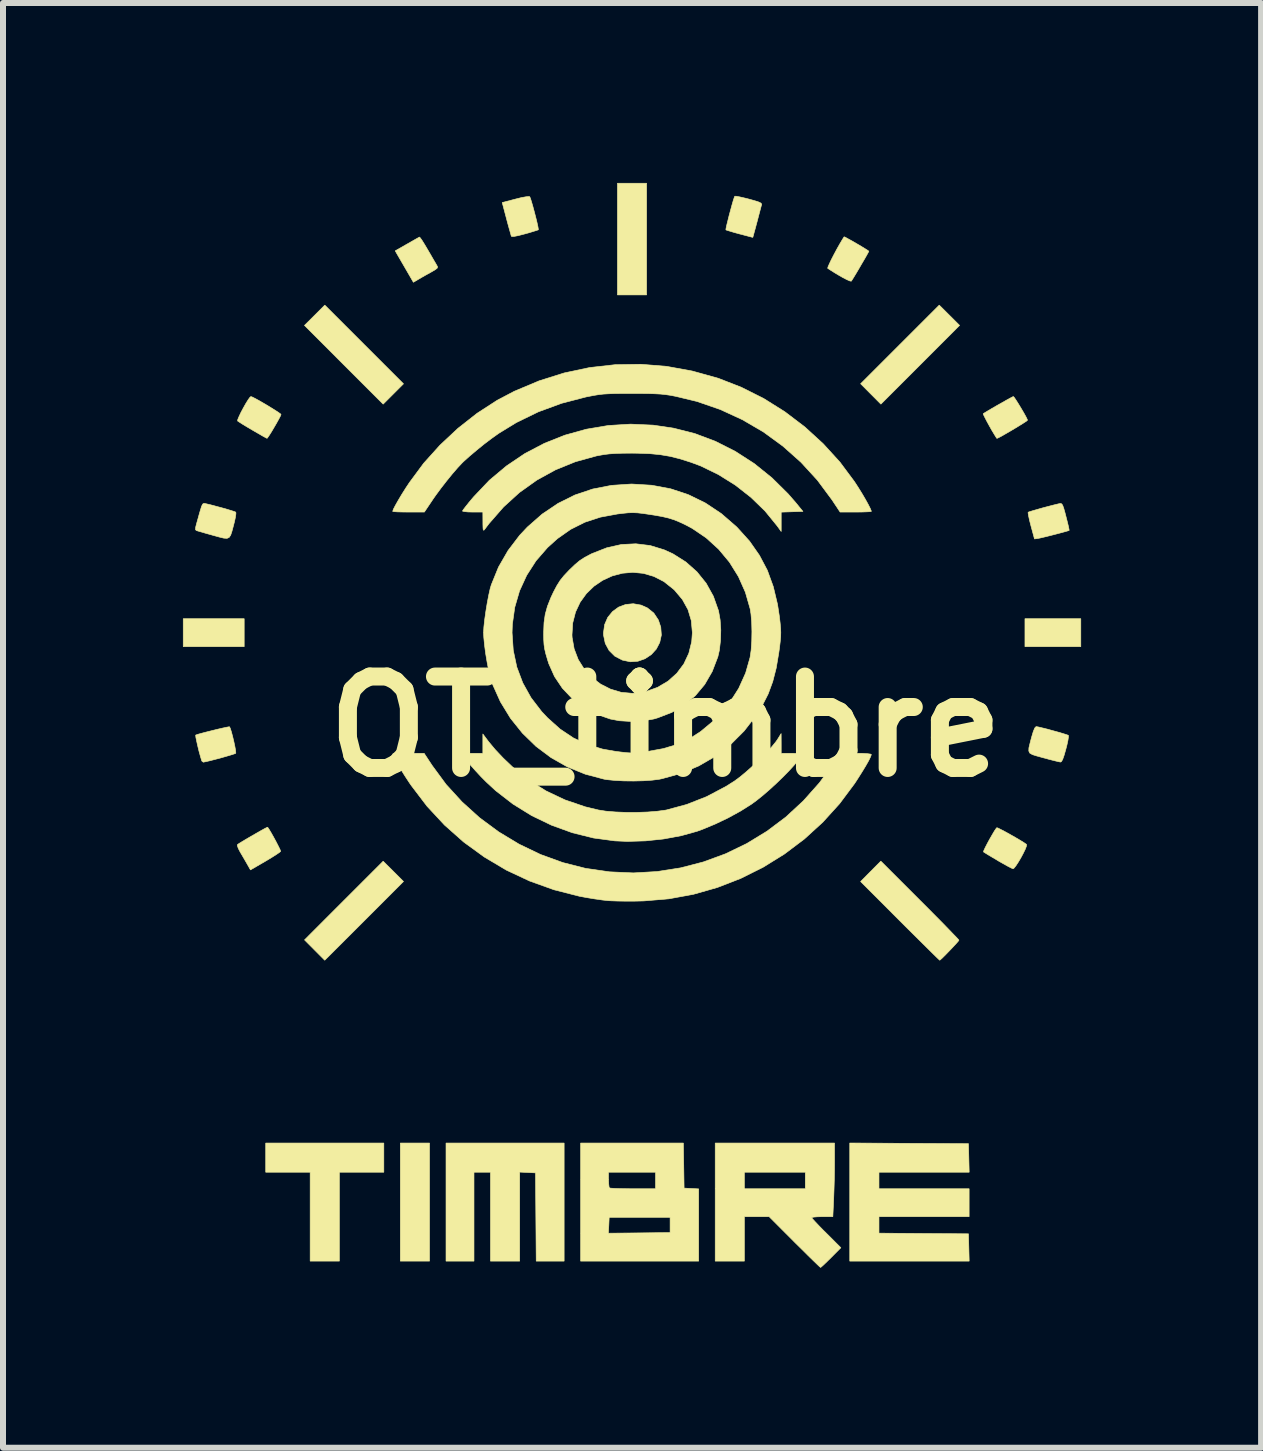
<source format=kicad_pcb>
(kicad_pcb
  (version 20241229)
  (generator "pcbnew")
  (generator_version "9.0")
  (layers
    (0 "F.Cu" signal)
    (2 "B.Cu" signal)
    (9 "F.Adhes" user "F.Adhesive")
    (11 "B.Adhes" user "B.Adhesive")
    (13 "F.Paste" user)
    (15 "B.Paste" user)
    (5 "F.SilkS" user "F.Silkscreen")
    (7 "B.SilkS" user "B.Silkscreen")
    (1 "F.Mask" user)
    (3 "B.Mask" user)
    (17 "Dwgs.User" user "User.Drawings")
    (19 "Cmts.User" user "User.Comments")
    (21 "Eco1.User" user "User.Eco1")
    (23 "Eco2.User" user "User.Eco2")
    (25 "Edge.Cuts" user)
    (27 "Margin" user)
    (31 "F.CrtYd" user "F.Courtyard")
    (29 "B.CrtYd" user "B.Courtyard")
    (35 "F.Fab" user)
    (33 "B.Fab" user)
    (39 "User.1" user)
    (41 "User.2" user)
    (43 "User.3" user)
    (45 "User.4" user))
  (footprint "OT_timbre"
    (layer "F.Cu")
    (at 8.048 9.064)
    (property "Reference" "OT_timbre" (at 0 0 0) (layer "F.SilkS") (effects (font (size 1.524 1.524) (thickness 0.3))))
    (attr through_hole)
    (fp_poly (pts (xy -7.027 -1.333) (xy -8.043 -1.333) (xy -8.043 -1.799) (xy -7.027 -1.799) (xy -7.027 -1.333)) (stroke (width 0.01) (type solid)) (fill yes) (layer "F.SilkS"))
    (fp_poly (pts (xy -3.937 8.911) (xy -4.424 8.911) (xy -4.424 6.943) (xy -3.937 6.943) (xy -3.937 8.911)) (stroke (width 0.01) (type solid)) (fill yes) (layer "F.SilkS"))
    (fp_poly (pts (xy -0.318 -7.197) (xy -0.804 -7.197) (xy -0.804 -9.059) (xy -0.318 -9.059) (xy -0.318 -7.197)) (stroke (width 0.01) (type solid)) (fill yes) (layer "F.SilkS"))
    (fp_poly (pts (xy 6.921 -1.333) (xy 5.99 -1.333) (xy 5.99 -1.799) (xy 6.921 -1.799) (xy 6.921 -1.333)) (stroke (width 0.01) (type solid)) (fill yes) (layer "F.SilkS"))
    (fp_poly (pts (xy -5.027 -6.371) (xy -4.371 -5.715) (xy -4.71 -5.376) (xy -5.366 -6.032) (xy -6.022 -6.689) (xy -5.852 -6.858) (xy -5.683 -7.027) (xy -5.027 -6.371)) (stroke (width 0.01) (type solid)) (fill yes) (layer "F.SilkS"))
    (fp_poly (pts (xy 4.731 -6.858) (xy 4.9 -6.689) (xy 3.588 -5.376) (xy 3.419 -5.546) (xy 3.25 -5.716) (xy 3.906 -6.372) (xy 4.561 -7.027) (xy 4.731 -6.858)) (stroke (width 0.01) (type solid)) (fill yes) (layer "F.SilkS"))
    (fp_poly (pts (xy -4.699 7.429) (xy -5.44 7.429) (xy -5.44 8.911) (xy -5.927 8.911) (xy -5.927 7.429) (xy -6.668 7.429) (xy -6.668 6.943) (xy -4.699 6.943) (xy -4.699 7.429)) (stroke (width 0.01) (type solid)) (fill yes) (layer "F.SilkS"))
    (fp_poly (pts (xy -4.54 2.413) (xy -4.371 2.582) (xy -5.027 3.239) (xy -5.684 3.895) (xy -5.853 3.725) (xy -6.021 3.556) (xy -5.366 2.9) (xy -4.71 2.244) (xy -4.54 2.413)) (stroke (width 0.01) (type solid)) (fill yes) (layer "F.SilkS"))
    (fp_poly (pts (xy -1.693 8.911) (xy -2.158 8.911) (xy -2.164 8.176) (xy -2.17 7.44) (xy -2.434 7.427) (xy -2.434 8.911) (xy -2.921 8.911) (xy -2.921 7.429) (xy -3.196 7.429) (xy -3.196 8.911) (xy -3.662 8.911) (xy -3.662 6.943) (xy -1.693 6.943) (xy -1.693 8.911)) (stroke (width 0.01) (type solid)) (fill yes) (layer "F.SilkS"))
    (fp_poly (pts (xy 4.059 6.948) (xy 5.048 6.953) (xy 5.06 7.429) (xy 3.556 7.429) (xy 3.556 7.705) (xy 5.059 7.705) (xy 5.059 8.17) (xy 3.556 8.17) (xy 3.556 8.445) (xy 4.302 8.451) (xy 5.048 8.456) (xy 5.054 8.684) (xy 5.06 8.911) (xy 3.069 8.911) (xy 3.069 6.942) (xy 4.059 6.948)) (stroke (width 0.01) (type solid)) (fill yes) (layer "F.SilkS"))
    (fp_poly (pts (xy -0.41 -2.026) (xy -0.305 -1.979) (xy -0.198 -1.893) (xy -0.122 -1.778) (xy -0.082 -1.659) (xy -0.072 -1.526) (xy -0.099 -1.403) (xy -0.156 -1.293) (xy -0.24 -1.201) (xy -0.344 -1.132) (xy -0.463 -1.09) (xy -0.591 -1.081) (xy -0.722 -1.109) (xy -0.847 -1.174) (xy -0.943 -1.269) (xy -1.007 -1.387) (xy -1.036 -1.526) (xy -1.037 -1.562) (xy -1.018 -1.7) (xy -0.966 -1.82) (xy -0.886 -1.918) (xy -0.785 -1.992) (xy -0.668 -2.036) (xy -0.541 -2.049) (xy -0.41 -2.026)) (stroke (width 0.01) (type solid)) (fill yes) (layer "F.SilkS"))
    (fp_poly (pts (xy -4.09 -8.147) (xy -4.059 -8.103) (xy -4.017 -8.035) (xy -3.968 -7.952) (xy -3.916 -7.863) (xy -3.87 -7.783) (xy -3.834 -7.722) (xy -3.816 -7.691) (xy -3.803 -7.666) (xy -3.807 -7.646) (xy -3.834 -7.623) (xy -3.89 -7.589) (xy -3.92 -7.572) (xy -4 -7.528) (xy -4.077 -7.484) (xy -4.13 -7.453) (xy -4.206 -7.408) (xy -4.307 -7.583) (xy -4.358 -7.671) (xy -4.408 -7.757) (xy -4.448 -7.826) (xy -4.459 -7.845) (xy -4.509 -7.932) (xy -4.313 -8.044) (xy -4.232 -8.09) (xy -4.164 -8.129) (xy -4.119 -8.154) (xy -4.105 -8.162) (xy -4.09 -8.147)) (stroke (width 0.01) (type solid)) (fill yes) (layer "F.SilkS"))
    (fp_poly (pts (xy -2.267 -8.835) (xy -2.255 -8.808) (xy -2.237 -8.751) (xy -2.214 -8.672) (xy -2.19 -8.583) (xy -2.166 -8.49) (xy -2.145 -8.405) (xy -2.13 -8.336) (xy -2.123 -8.293) (xy -2.123 -8.283) (xy -2.147 -8.274) (xy -2.202 -8.257) (xy -2.28 -8.233) (xy -2.349 -8.214) (xy -2.457 -8.186) (xy -2.529 -8.172) (xy -2.567 -8.172) (xy -2.574 -8.178) (xy -2.582 -8.207) (xy -2.599 -8.268) (xy -2.623 -8.353) (xy -2.65 -8.453) (xy -2.654 -8.469) (xy -2.725 -8.737) (xy -2.504 -8.795) (xy -2.408 -8.819) (xy -2.331 -8.833) (xy -2.281 -8.838) (xy -2.267 -8.835)) (stroke (width 0.01) (type solid)) (fill yes) (layer "F.SilkS"))
    (fp_poly (pts (xy 4.238 2.894) (xy 4.375 3.031) (xy 4.502 3.159) (xy 4.616 3.274) (xy 4.714 3.375) (xy 4.793 3.457) (xy 4.851 3.517) (xy 4.883 3.552) (xy 4.889 3.561) (xy 4.876 3.58) (xy 4.839 3.622) (xy 4.788 3.677) (xy 4.729 3.739) (xy 4.67 3.8) (xy 4.619 3.851) (xy 4.582 3.885) (xy 4.569 3.895) (xy 4.553 3.88) (xy 4.51 3.839) (xy 4.443 3.773) (xy 4.356 3.687) (xy 4.251 3.583) (xy 4.131 3.464) (xy 4 3.334) (xy 3.905 3.239) (xy 3.25 2.583) (xy 3.418 2.413) (xy 3.587 2.243) (xy 4.238 2.894)) (stroke (width 0.01) (type solid)) (fill yes) (layer "F.SilkS"))
    (fp_poly (pts (xy -6.611 1.714) (xy -6.575 1.774) (xy -6.534 1.847) (xy -6.493 1.923) (xy -6.457 1.993) (xy -6.43 2.048) (xy -6.419 2.077) (xy -6.419 2.079) (xy -6.439 2.097) (xy -6.489 2.131) (xy -6.561 2.177) (xy -6.65 2.231) (xy -6.674 2.245) (xy -6.922 2.389) (xy -6.978 2.29) (xy -7.024 2.21) (xy -7.075 2.123) (xy -7.096 2.087) (xy -7.126 2.029) (xy -7.141 1.984) (xy -7.14 1.968) (xy -7.115 1.95) (xy -7.063 1.918) (xy -6.993 1.876) (xy -6.912 1.829) (xy -6.829 1.781) (xy -6.752 1.737) (xy -6.689 1.702) (xy -6.648 1.681) (xy -6.636 1.677) (xy -6.611 1.714)) (stroke (width 0.01) (type solid)) (fill yes) (layer "F.SilkS"))
    (fp_poly (pts (xy 0.301 7.318) (xy 0.307 7.694) (xy 0.55 7.707) (xy 0.55 8.911) (xy -1.418 8.911) (xy -1.418 8.446) (xy -0.955 8.446) (xy -0.44 8.441) (xy 0.074 8.435) (xy 0.074 8.181) (xy -0.942 8.181) (xy -0.948 8.314) (xy -0.955 8.446) (xy -1.418 8.446) (xy -1.418 7.429) (xy -0.953 7.429) (xy -0.953 7.553) (xy -0.95 7.622) (xy -0.944 7.673) (xy -0.938 7.691) (xy -0.914 7.695) (xy -0.854 7.699) (xy -0.765 7.702) (xy -0.656 7.704) (xy -0.547 7.705) (xy -0.169 7.705) (xy -0.169 7.429) (xy -0.953 7.429) (xy -1.418 7.429) (xy -1.418 6.943) (xy 0.295 6.943) (xy 0.301 7.318)) (stroke (width 0.01) (type solid)) (fill yes) (layer "F.SilkS"))
    (fp_poly (pts (xy 6.603 -3.713) (xy 6.619 -3.689) (xy 6.636 -3.642) (xy 6.658 -3.564) (xy 6.674 -3.502) (xy 6.697 -3.411) (xy 6.715 -3.337) (xy 6.725 -3.287) (xy 6.727 -3.271) (xy 6.703 -3.263) (xy 6.647 -3.247) (xy 6.57 -3.226) (xy 6.482 -3.203) (xy 6.392 -3.18) (xy 6.31 -3.16) (xy 6.246 -3.145) (xy 6.212 -3.138) (xy 6.149 -3.129) (xy 6.09 -3.346) (xy 6.067 -3.436) (xy 6.051 -3.51) (xy 6.043 -3.559) (xy 6.043 -3.574) (xy 6.067 -3.583) (xy 6.122 -3.6) (xy 6.199 -3.622) (xy 6.29 -3.648) (xy 6.385 -3.673) (xy 6.474 -3.696) (xy 6.549 -3.714) (xy 6.562 -3.717) (xy 6.585 -3.72) (xy 6.603 -3.713)) (stroke (width 0.01) (type solid)) (fill yes) (layer "F.SilkS"))
    (fp_poly (pts (xy -7.677 -3.719) (xy -7.595 -3.7) (xy -7.501 -3.675) (xy -7.403 -3.649) (xy -7.312 -3.623) (xy -7.236 -3.6) (xy -7.184 -3.583) (xy -7.167 -3.575) (xy -7.165 -3.549) (xy -7.173 -3.49) (xy -7.191 -3.408) (xy -7.207 -3.346) (xy -7.231 -3.256) (xy -7.252 -3.193) (xy -7.277 -3.155) (xy -7.312 -3.139) (xy -7.366 -3.142) (xy -7.445 -3.161) (xy -7.557 -3.192) (xy -7.578 -3.198) (xy -7.671 -3.224) (xy -7.75 -3.247) (xy -7.805 -3.263) (xy -7.826 -3.27) (xy -7.839 -3.285) (xy -7.836 -3.324) (xy -7.822 -3.38) (xy -7.799 -3.461) (xy -7.773 -3.555) (xy -7.758 -3.606) (xy -7.737 -3.674) (xy -7.719 -3.71) (xy -7.698 -3.722) (xy -7.677 -3.719)) (stroke (width 0.01) (type solid)) (fill yes) (layer "F.SilkS"))
    (fp_poly (pts (xy 6.21 0.005) (xy 6.273 0.02) (xy 6.355 0.04) (xy 6.446 0.065) (xy 6.537 0.09) (xy 6.619 0.114) (xy 6.68 0.133) (xy 6.712 0.145) (xy 6.714 0.146) (xy 6.715 0.171) (xy 6.707 0.227) (xy 6.69 0.306) (xy 6.672 0.376) (xy 6.642 0.481) (xy 6.618 0.549) (xy 6.597 0.584) (xy 6.583 0.591) (xy 6.551 0.585) (xy 6.488 0.57) (xy 6.401 0.548) (xy 6.302 0.521) (xy 6.297 0.52) (xy 6.188 0.49) (xy 6.115 0.467) (xy 6.071 0.442) (xy 6.054 0.407) (xy 6.056 0.354) (xy 6.075 0.274) (xy 6.098 0.185) (xy 6.128 0.084) (xy 6.153 0.023) (xy 6.175 0.000184) (xy 6.177 0) (xy 6.21 0.005)) (stroke (width 0.01) (type solid)) (fill yes) (layer "F.SilkS"))
    (fp_poly (pts (xy 2.994 -8.159) (xy 3.039 -8.134) (xy 3.103 -8.099) (xy 3.177 -8.056) (xy 3.251 -8.013) (xy 3.316 -7.973) (xy 3.364 -7.943) (xy 3.386 -7.927) (xy 3.387 -7.926) (xy 3.377 -7.905) (xy 3.35 -7.856) (xy 3.311 -7.788) (xy 3.264 -7.708) (xy 3.216 -7.625) (xy 3.169 -7.546) (xy 3.13 -7.482) (xy 3.103 -7.439) (xy 3.094 -7.426) (xy 3.071 -7.43) (xy 3.02 -7.452) (xy 2.951 -7.488) (xy 2.9 -7.517) (xy 2.821 -7.564) (xy 2.756 -7.605) (xy 2.713 -7.633) (xy 2.701 -7.641) (xy 2.706 -7.663) (xy 2.728 -7.714) (xy 2.762 -7.786) (xy 2.806 -7.871) (xy 2.854 -7.961) (xy 2.903 -8.048) (xy 2.948 -8.124) (xy 2.975 -8.166) (xy 2.994 -8.159)) (stroke (width 0.01) (type solid)) (fill yes) (layer "F.SilkS"))
    (fp_poly (pts (xy 5.813 -5.486) (xy 5.843 -5.441) (xy 5.883 -5.378) (xy 5.927 -5.305) (xy 5.97 -5.232) (xy 6.005 -5.169) (xy 6.027 -5.124) (xy 6.032 -5.108) (xy 6.015 -5.093) (xy 5.969 -5.063) (xy 5.902 -5.021) (xy 5.823 -4.973) (xy 5.739 -4.923) (xy 5.659 -4.877) (xy 5.591 -4.838) (xy 5.542 -4.813) (xy 5.522 -4.805) (xy 5.509 -4.823) (xy 5.48 -4.87) (xy 5.439 -4.938) (xy 5.4 -5.007) (xy 5.355 -5.089) (xy 5.32 -5.157) (xy 5.298 -5.202) (xy 5.294 -5.216) (xy 5.318 -5.232) (xy 5.369 -5.263) (xy 5.44 -5.305) (xy 5.521 -5.352) (xy 5.605 -5.399) (xy 5.682 -5.443) (xy 5.746 -5.478) (xy 5.786 -5.499) (xy 5.797 -5.503) (xy 5.813 -5.486)) (stroke (width 0.01) (type solid)) (fill yes) (layer "F.SilkS"))
    (fp_poly (pts (xy -7.258 0.031) (xy -7.24 0.088) (xy -7.22 0.163) (xy -7.2 0.247) (xy -7.183 0.327) (xy -7.171 0.393) (xy -7.167 0.436) (xy -7.168 0.445) (xy -7.193 0.455) (xy -7.25 0.473) (xy -7.328 0.496) (xy -7.418 0.522) (xy -7.51 0.546) (xy -7.595 0.568) (xy -7.663 0.584) (xy -7.704 0.592) (xy -7.708 0.593) (xy -7.731 0.576) (xy -7.736 0.566) (xy -7.757 0.495) (xy -7.78 0.412) (xy -7.801 0.325) (xy -7.819 0.245) (xy -7.832 0.182) (xy -7.836 0.146) (xy -7.835 0.141) (xy -7.805 0.13) (xy -7.745 0.113) (xy -7.665 0.092) (xy -7.573 0.069) (xy -7.48 0.046) (xy -7.394 0.026) (xy -7.325 0.011) (xy -7.281 0.003) (xy -7.271 0.003) (xy -7.258 0.031)) (stroke (width 0.01) (type solid)) (fill yes) (layer "F.SilkS"))
    (fp_poly (pts (xy -6.888 -5.493) (xy -6.835 -5.466) (xy -6.763 -5.426) (xy -6.682 -5.379) (xy -6.599 -5.329) (xy -6.523 -5.282) (xy -6.461 -5.242) (xy -6.422 -5.214) (xy -6.413 -5.204) (xy -6.423 -5.178) (xy -6.45 -5.127) (xy -6.487 -5.06) (xy -6.53 -4.986) (xy -6.572 -4.915) (xy -6.61 -4.855) (xy -6.637 -4.816) (xy -6.646 -4.806) (xy -6.668 -4.817) (xy -6.718 -4.844) (xy -6.79 -4.886) (xy -6.877 -4.936) (xy -6.887 -4.942) (xy -6.977 -4.995) (xy -7.053 -5.041) (xy -7.109 -5.077) (xy -7.136 -5.095) (xy -7.137 -5.096) (xy -7.134 -5.12) (xy -7.113 -5.17) (xy -7.081 -5.238) (xy -7.041 -5.313) (xy -7 -5.386) (xy -6.961 -5.449) (xy -6.931 -5.49) (xy -6.915 -5.503) (xy -6.888 -5.493)) (stroke (width 0.01) (type solid)) (fill yes) (layer "F.SilkS"))
    (fp_poly (pts (xy 5.542 1.692) (xy 5.592 1.717) (xy 5.661 1.753) (xy 5.742 1.798) (xy 5.825 1.845) (xy 5.903 1.891) (xy 5.967 1.93) (xy 6.008 1.958) (xy 6.017 1.966) (xy 6.015 1.991) (xy 5.996 2.042) (xy 5.963 2.11) (xy 5.923 2.185) (xy 5.88 2.258) (xy 5.84 2.319) (xy 5.808 2.359) (xy 5.792 2.37) (xy 5.765 2.359) (xy 5.71 2.331) (xy 5.635 2.289) (xy 5.546 2.239) (xy 5.539 2.234) (xy 5.451 2.182) (xy 5.377 2.138) (xy 5.324 2.105) (xy 5.299 2.089) (xy 5.299 2.088) (xy 5.304 2.067) (xy 5.326 2.019) (xy 5.36 1.953) (xy 5.4 1.879) (xy 5.442 1.806) (xy 5.479 1.743) (xy 5.508 1.7) (xy 5.521 1.685) (xy 5.542 1.692)) (stroke (width 0.01) (type solid)) (fill yes) (layer "F.SilkS"))
    (fp_poly (pts (xy 1.176 -8.842) (xy 1.232 -8.832) (xy 1.311 -8.814) (xy 1.387 -8.795) (xy 1.487 -8.767) (xy 1.552 -8.746) (xy 1.588 -8.728) (xy 1.6 -8.711) (xy 1.6 -8.702) (xy 1.59 -8.669) (xy 1.573 -8.604) (xy 1.55 -8.517) (xy 1.524 -8.417) (xy 1.523 -8.414) (xy 1.497 -8.317) (xy 1.475 -8.237) (xy 1.46 -8.181) (xy 1.453 -8.158) (xy 1.453 -8.157) (xy 1.433 -8.161) (xy 1.38 -8.175) (xy 1.304 -8.195) (xy 1.231 -8.214) (xy 1.14 -8.239) (xy 1.067 -8.261) (xy 1.018 -8.276) (xy 1.004 -8.282) (xy 1.006 -8.304) (xy 1.017 -8.357) (xy 1.036 -8.433) (xy 1.058 -8.522) (xy 1.083 -8.615) (xy 1.107 -8.703) (xy 1.128 -8.776) (xy 1.145 -8.826) (xy 1.152 -8.842) (xy 1.176 -8.842)) (stroke (width 0.01) (type solid)) (fill yes) (layer "F.SilkS"))
    (fp_poly (pts (xy 2.815 7.255) (xy 2.814 7.402) (xy 2.811 7.568) (xy 2.806 7.732) (xy 2.801 7.869) (xy 2.787 8.17) (xy 2.611 8.17) (xy 2.53 8.172) (xy 2.469 8.177) (xy 2.437 8.184) (xy 2.434 8.187) (xy 2.448 8.206) (xy 2.488 8.25) (xy 2.547 8.313) (xy 2.622 8.39) (xy 2.678 8.445) (xy 2.921 8.688) (xy 2.757 8.853) (xy 2.69 8.919) (xy 2.634 8.973) (xy 2.596 9.007) (xy 2.583 9.017) (xy 2.565 9.003) (xy 2.522 8.962) (xy 2.457 8.899) (xy 2.373 8.817) (xy 2.276 8.72) (xy 2.167 8.613) (xy 2.148 8.594) (xy 1.725 8.17) (xy 1.312 8.17) (xy 1.312 8.911) (xy 0.826 8.911) (xy 0.826 7.429) (xy 1.312 7.429) (xy 1.312 7.705) (xy 2.328 7.705) (xy 2.328 7.429) (xy 1.312 7.429) (xy 0.826 7.429) (xy 0.826 6.943) (xy 2.815 6.943) (xy 2.815 7.255)) (stroke (width 0.01) (type solid)) (fill yes) (layer "F.SilkS"))
    (fp_poly (pts (xy -0.207 -5.026) (xy 0.13 -4.976) (xy 0.485 -4.886) (xy 0.83 -4.756) (xy 1.162 -4.588) (xy 1.477 -4.385) (xy 1.771 -4.148) (xy 2.041 -3.881) (xy 2.167 -3.736) (xy 2.288 -3.588) (xy 2.107 -3.582) (xy 1.926 -3.576) (xy 1.926 -3.253) (xy 1.859 -3.346) (xy 1.657 -3.594) (xy 1.422 -3.822) (xy 1.16 -4.027) (xy 0.878 -4.203) (xy 0.584 -4.346) (xy 0.423 -4.406) (xy 0.241 -4.464) (xy 0.073 -4.506) (xy -0.092 -4.534) (xy -0.268 -4.551) (xy -0.468 -4.558) (xy -0.561 -4.559) (xy -0.715 -4.558) (xy -0.838 -4.554) (xy -0.939 -4.547) (xy -1.029 -4.536) (xy -1.118 -4.52) (xy -1.154 -4.513) (xy -1.505 -4.416) (xy -1.837 -4.281) (xy -2.148 -4.11) (xy -2.437 -3.904) (xy -2.703 -3.662) (xy -2.945 -3.385) (xy -3.016 -3.291) (xy -3.031 -3.274) (xy -3.041 -3.278) (xy -3.045 -3.309) (xy -3.047 -3.374) (xy -3.047 -3.413) (xy -3.048 -3.577) (xy -3.217 -3.577) (xy -3.296 -3.579) (xy -3.355 -3.585) (xy -3.385 -3.592) (xy -3.387 -3.595) (xy -3.374 -3.617) (xy -3.338 -3.664) (xy -3.285 -3.731) (xy -3.219 -3.81) (xy -3.199 -3.833) (xy -2.94 -4.106) (xy -2.655 -4.345) (xy -2.348 -4.552) (xy -2.022 -4.723) (xy -1.68 -4.859) (xy -1.324 -4.958) (xy -0.958 -5.02) (xy -0.585 -5.043) (xy -0.207 -5.026)) (stroke (width 0.01) (type solid)) (fill yes) (layer "F.SilkS"))
    (fp_poly (pts (xy -3.892 0.65) (xy -3.661 0.964) (xy -3.396 1.254) (xy -3.103 1.519) (xy -2.784 1.755) (xy -2.444 1.96) (xy -2.086 2.132) (xy -1.714 2.267) (xy -1.336 2.363) (xy -0.936 2.421) (xy -0.537 2.439) (xy -0.141 2.416) (xy 0.248 2.355) (xy 0.629 2.256) (xy 0.997 2.121) (xy 1.351 1.95) (xy 1.687 1.745) (xy 2.003 1.508) (xy 2.295 1.238) (xy 2.562 0.938) (xy 2.773 0.651) (xy 2.91 0.445) (xy 3.17 0.445) (xy 3.279 0.446) (xy 3.363 0.451) (xy 3.414 0.458) (xy 3.429 0.465) (xy 3.417 0.501) (xy 3.385 0.567) (xy 3.335 0.655) (xy 3.27 0.762) (xy 3.195 0.88) (xy 3.15 0.949) (xy 2.9 1.284) (xy 2.62 1.593) (xy 2.312 1.874) (xy 1.979 2.125) (xy 1.624 2.345) (xy 1.251 2.531) (xy 0.862 2.682) (xy 0.462 2.796) (xy 0.053 2.871) (xy -0.363 2.906) (xy -0.392 2.907) (xy -0.53 2.91) (xy -0.671 2.91) (xy -0.803 2.908) (xy -0.912 2.904) (xy -0.953 2.902) (xy -1.054 2.891) (xy -1.18 2.873) (xy -1.315 2.851) (xy -1.439 2.828) (xy -1.862 2.72) (xy -2.269 2.574) (xy -2.657 2.392) (xy -3.024 2.174) (xy -3.368 1.924) (xy -3.687 1.641) (xy -3.978 1.328) (xy -4.239 0.985) (xy -4.273 0.936) (xy -4.347 0.823) (xy -4.415 0.714) (xy -4.473 0.616) (xy -4.517 0.536) (xy -4.544 0.479) (xy -4.551 0.456) (xy -4.531 0.451) (xy -4.477 0.448) (xy -4.397 0.446) (xy -4.298 0.445) (xy -4.289 0.445) (xy -4.027 0.445) (xy -3.892 0.65)) (stroke (width 0.01) (type solid)) (fill yes) (layer "F.SilkS"))
    (fp_poly (pts (xy 1.926 0.28) (xy 1.926 0.445) (xy 2.095 0.445) (xy 2.174 0.447) (xy 2.233 0.452) (xy 2.263 0.46) (xy 2.265 0.462) (xy 2.249 0.503) (xy 2.206 0.566) (xy 2.139 0.646) (xy 2.054 0.739) (xy 1.954 0.841) (xy 1.846 0.945) (xy 1.734 1.048) (xy 1.622 1.145) (xy 1.515 1.231) (xy 1.429 1.294) (xy 1.248 1.408) (xy 1.042 1.521) (xy 0.824 1.625) (xy 0.612 1.713) (xy 0.524 1.745) (xy 0.258 1.819) (xy -0.033 1.873) (xy -0.336 1.905) (xy -0.638 1.914) (xy -0.847 1.905) (xy -1.203 1.857) (xy -1.557 1.769) (xy -1.902 1.644) (xy -2.234 1.484) (xy -2.546 1.291) (xy -2.834 1.068) (xy -2.991 0.923) (xy -3.084 0.829) (xy -3.172 0.734) (xy -3.252 0.644) (xy -3.317 0.566) (xy -3.363 0.504) (xy -3.385 0.465) (xy -3.387 0.458) (xy -3.367 0.452) (xy -3.315 0.447) (xy -3.241 0.445) (xy -3.217 0.445) (xy -3.048 0.445) (xy -3.048 0.123) (xy -2.952 0.251) (xy -2.843 0.382) (xy -2.709 0.524) (xy -2.56 0.666) (xy -2.409 0.796) (xy -2.287 0.889) (xy -1.993 1.073) (xy -1.678 1.222) (xy -1.341 1.337) (xy -1.122 1.39) (xy -0.995 1.41) (xy -0.838 1.423) (xy -0.662 1.43) (xy -0.48 1.43) (xy -0.301 1.424) (xy -0.139 1.411) (xy -0.005 1.393) (xy 0.011 1.39) (xy 0.351 1.298) (xy 0.684 1.167) (xy 1.004 0.998) (xy 1.148 0.907) (xy 1.24 0.839) (xy 1.347 0.75) (xy 1.461 0.648) (xy 1.575 0.54) (xy 1.681 0.432) (xy 1.772 0.333) (xy 1.84 0.249) (xy 1.863 0.216) (xy 1.925 0.116) (xy 1.926 0.28)) (stroke (width 0.01) (type solid)) (fill yes) (layer "F.SilkS"))
    (fp_poly (pts (xy 0.016 -6.006) (xy 0.444 -5.928) (xy 0.871 -5.809) (xy 0.878 -5.807) (xy 1.262 -5.657) (xy 1.633 -5.471) (xy 1.987 -5.249) (xy 2.32 -4.996) (xy 2.627 -4.715) (xy 2.905 -4.41) (xy 3.147 -4.085) (xy 3.21 -3.988) (xy 3.272 -3.888) (xy 3.329 -3.791) (xy 3.377 -3.704) (xy 3.411 -3.637) (xy 3.428 -3.595) (xy 3.429 -3.588) (xy 3.409 -3.584) (xy 3.355 -3.581) (xy 3.275 -3.578) (xy 3.177 -3.577) (xy 3.169 -3.577) (xy 2.908 -3.577) (xy 2.772 -3.782) (xy 2.53 -4.108) (xy 2.257 -4.406) (xy 1.955 -4.675) (xy 1.629 -4.913) (xy 1.279 -5.117) (xy 0.91 -5.287) (xy 0.522 -5.421) (xy 0.169 -5.506) (xy 0.082 -5.523) (xy 0.000288 -5.535) (xy -0.083 -5.544) (xy -0.178 -5.549) (xy -0.291 -5.553) (xy -0.433 -5.554) (xy -0.561 -5.554) (xy -0.722 -5.554) (xy -0.85 -5.553) (xy -0.952 -5.549) (xy -1.038 -5.544) (xy -1.116 -5.535) (xy -1.195 -5.522) (xy -1.283 -5.505) (xy -1.329 -5.496) (xy -1.736 -5.39) (xy -2.123 -5.248) (xy -2.49 -5.069) (xy -2.787 -4.887) (xy -2.896 -4.809) (xy -3.022 -4.714) (xy -3.15 -4.61) (xy -3.271 -4.508) (xy -3.372 -4.417) (xy -3.397 -4.392) (xy -3.47 -4.314) (xy -3.559 -4.211) (xy -3.654 -4.094) (xy -3.748 -3.973) (xy -3.832 -3.859) (xy -3.874 -3.799) (xy -4.023 -3.577) (xy -4.287 -3.577) (xy -4.387 -3.578) (xy -4.47 -3.58) (xy -4.527 -3.584) (xy -4.551 -3.588) (xy -4.551 -3.588) (xy -4.54 -3.623) (xy -4.508 -3.685) (xy -4.46 -3.77) (xy -4.4 -3.871) (xy -4.33 -3.982) (xy -4.273 -4.068) (xy -4.034 -4.391) (xy -3.762 -4.693) (xy -3.464 -4.972) (xy -3.145 -5.223) (xy -2.81 -5.44) (xy -2.523 -5.591) (xy -2.111 -5.764) (xy -1.693 -5.896) (xy -1.269 -5.986) (xy -0.843 -6.034) (xy -0.414 -6.041) (xy 0.016 -6.006)) (stroke (width 0.01) (type solid)) (fill yes) (layer "F.SilkS"))
    (fp_poly (pts (xy -0.259 -3.019) (xy -0.024 -2.947) (xy 0.122 -2.88) (xy 0.336 -2.745) (xy 0.521 -2.581) (xy 0.675 -2.39) (xy 0.795 -2.174) (xy 0.879 -1.937) (xy 0.882 -1.926) (xy 0.908 -1.779) (xy 0.919 -1.61) (xy 0.914 -1.436) (xy 0.895 -1.272) (xy 0.87 -1.164) (xy 0.776 -0.919) (xy 0.651 -0.703) (xy 0.496 -0.517) (xy 0.313 -0.361) (xy 0.103 -0.237) (xy -0.134 -0.146) (xy -0.199 -0.127) (xy -0.382 -0.095) (xy -0.579 -0.086) (xy -0.774 -0.098) (xy -0.925 -0.127) (xy -1.157 -0.208) (xy -1.37 -0.323) (xy -1.559 -0.468) (xy -1.722 -0.64) (xy -1.853 -0.835) (xy -1.949 -1.05) (xy -1.967 -1.107) (xy -1.998 -1.212) (xy -2.017 -1.293) (xy -2.028 -1.367) (xy -2.033 -1.448) (xy -2.034 -1.529) (xy -1.562 -1.529) (xy -1.56 -1.488) (xy -1.526 -1.296) (xy -1.458 -1.118) (xy -1.358 -0.959) (xy -1.232 -0.821) (xy -1.085 -0.709) (xy -0.92 -0.625) (xy -0.742 -0.572) (xy -0.556 -0.555) (xy -0.367 -0.575) (xy -0.331 -0.584) (xy -0.134 -0.655) (xy 0.04 -0.758) (xy 0.186 -0.889) (xy 0.303 -1.045) (xy 0.386 -1.222) (xy 0.434 -1.416) (xy 0.445 -1.565) (xy 0.427 -1.768) (xy 0.372 -1.951) (xy 0.279 -2.119) (xy 0.147 -2.276) (xy 0.128 -2.293) (xy -0.029 -2.418) (xy -0.197 -2.504) (xy -0.371 -2.555) (xy -0.548 -2.572) (xy -0.723 -2.557) (xy -0.892 -2.512) (xy -1.051 -2.439) (xy -1.195 -2.341) (xy -1.322 -2.218) (xy -1.426 -2.074) (xy -1.503 -1.91) (xy -1.55 -1.727) (xy -1.562 -1.529) (xy -2.034 -1.529) (xy -2.034 -1.553) (xy -2.034 -1.576) (xy -2.028 -1.733) (xy -2.008 -1.872) (xy -1.971 -2.006) (xy -1.914 -2.15) (xy -1.87 -2.244) (xy -1.814 -2.35) (xy -1.759 -2.437) (xy -1.694 -2.518) (xy -1.607 -2.61) (xy -1.6 -2.617) (xy -1.51 -2.703) (xy -1.432 -2.768) (xy -1.352 -2.82) (xy -1.254 -2.872) (xy -1.228 -2.885) (xy -0.983 -2.981) (xy -0.739 -3.036) (xy -0.497 -3.048) (xy -0.259 -3.019)) (stroke (width 0.01) (type solid)) (fill yes) (layer "F.SilkS"))
    (fp_poly (pts (xy -0.232 -4.024) (xy 0.082 -3.965) (xy 0.38 -3.866) (xy 0.662 -3.728) (xy 0.928 -3.551) (xy 1.176 -3.336) (xy 1.198 -3.314) (xy 1.399 -3.091) (xy 1.563 -2.856) (xy 1.695 -2.606) (xy 1.794 -2.334) (xy 1.865 -2.037) (xy 1.895 -1.841) (xy 1.908 -1.73) (xy 1.916 -1.643) (xy 1.919 -1.569) (xy 1.917 -1.496) (xy 1.909 -1.411) (xy 1.896 -1.302) (xy 1.886 -1.232) (xy 1.843 -0.976) (xy 1.785 -0.751) (xy 1.709 -0.545) (xy 1.61 -0.35) (xy 1.507 -0.184) (xy 1.308 0.073) (xy 1.081 0.3) (xy 0.828 0.495) (xy 0.552 0.655) (xy 0.257 0.78) (xy -0.057 0.867) (xy -0.108 0.878) (xy -0.226 0.893) (xy -0.372 0.903) (xy -0.533 0.907) (xy -0.697 0.905) (xy -0.85 0.897) (xy -0.98 0.884) (xy -1.027 0.876) (xy -1.34 0.793) (xy -1.636 0.673) (xy -1.911 0.517) (xy -2.162 0.329) (xy -2.388 0.109) (xy -2.587 -0.139) (xy -2.755 -0.414) (xy -2.89 -0.714) (xy -2.899 -0.738) (xy -2.925 -0.825) (xy -2.952 -0.943) (xy -2.978 -1.079) (xy -3.002 -1.223) (xy -3.02 -1.362) (xy -3.032 -1.485) (xy -3.036 -1.566) (xy -2.561 -1.566) (xy -2.541 -1.272) (xy -2.482 -0.993) (xy -2.383 -0.73) (xy -2.245 -0.482) (xy -2.068 -0.251) (xy -1.97 -0.147) (xy -1.76 0.041) (xy -1.54 0.188) (xy -1.305 0.299) (xy -1.051 0.375) (xy -0.842 0.412) (xy -0.73 0.426) (xy -0.648 0.435) (xy -0.583 0.439) (xy -0.522 0.439) (xy -0.455 0.433) (xy -0.367 0.422) (xy -0.295 0.413) (xy -0.041 0.367) (xy 0.184 0.3) (xy 0.389 0.207) (xy 0.582 0.083) (xy 0.773 -0.076) (xy 0.878 -0.179) (xy 1.066 -0.399) (xy 1.218 -0.638) (xy 1.333 -0.893) (xy 1.407 -1.153) (xy 1.425 -1.275) (xy 1.435 -1.423) (xy 1.438 -1.583) (xy 1.434 -1.739) (xy 1.422 -1.879) (xy 1.409 -1.962) (xy 1.329 -2.24) (xy 1.213 -2.501) (xy 1.063 -2.742) (xy 0.883 -2.958) (xy 0.675 -3.147) (xy 0.442 -3.305) (xy 0.349 -3.355) (xy 0.24 -3.407) (xy 0.144 -3.447) (xy 0.049 -3.477) (xy -0.057 -3.502) (xy -0.187 -3.525) (xy -0.265 -3.537) (xy -0.381 -3.554) (xy -0.47 -3.564) (xy -0.546 -3.567) (xy -0.622 -3.565) (xy -0.713 -3.556) (xy -0.804 -3.545) (xy -1.089 -3.492) (xy -1.349 -3.407) (xy -1.586 -3.288) (xy -1.806 -3.133) (xy -1.97 -2.985) (xy -2.162 -2.764) (xy -2.317 -2.523) (xy -2.436 -2.264) (xy -2.516 -1.99) (xy -2.556 -1.705) (xy -2.561 -1.566) (xy -3.036 -1.566) (xy -3.031 -1.658) (xy -3.018 -1.779) (xy -2.999 -1.915) (xy -2.976 -2.056) (xy -2.951 -2.188) (xy -2.926 -2.3) (xy -2.907 -2.364) (xy -2.787 -2.659) (xy -2.628 -2.935) (xy -2.434 -3.19) (xy -2.306 -3.326) (xy -2.059 -3.543) (xy -1.795 -3.721) (xy -1.514 -3.861) (xy -1.217 -3.961) (xy -0.904 -4.022) (xy -0.576 -4.044) (xy -0.561 -4.044) (xy -0.232 -4.024)) (stroke (width 0.01) (type solid)) (fill yes) (layer "F.SilkS")))
  (gr_rect
    (start -3 -3)
    (end 17.975 21.086)
    (stroke (width 0.1) (type default))
    (fill no)
    (layer "Edge.Cuts")))
</source>
